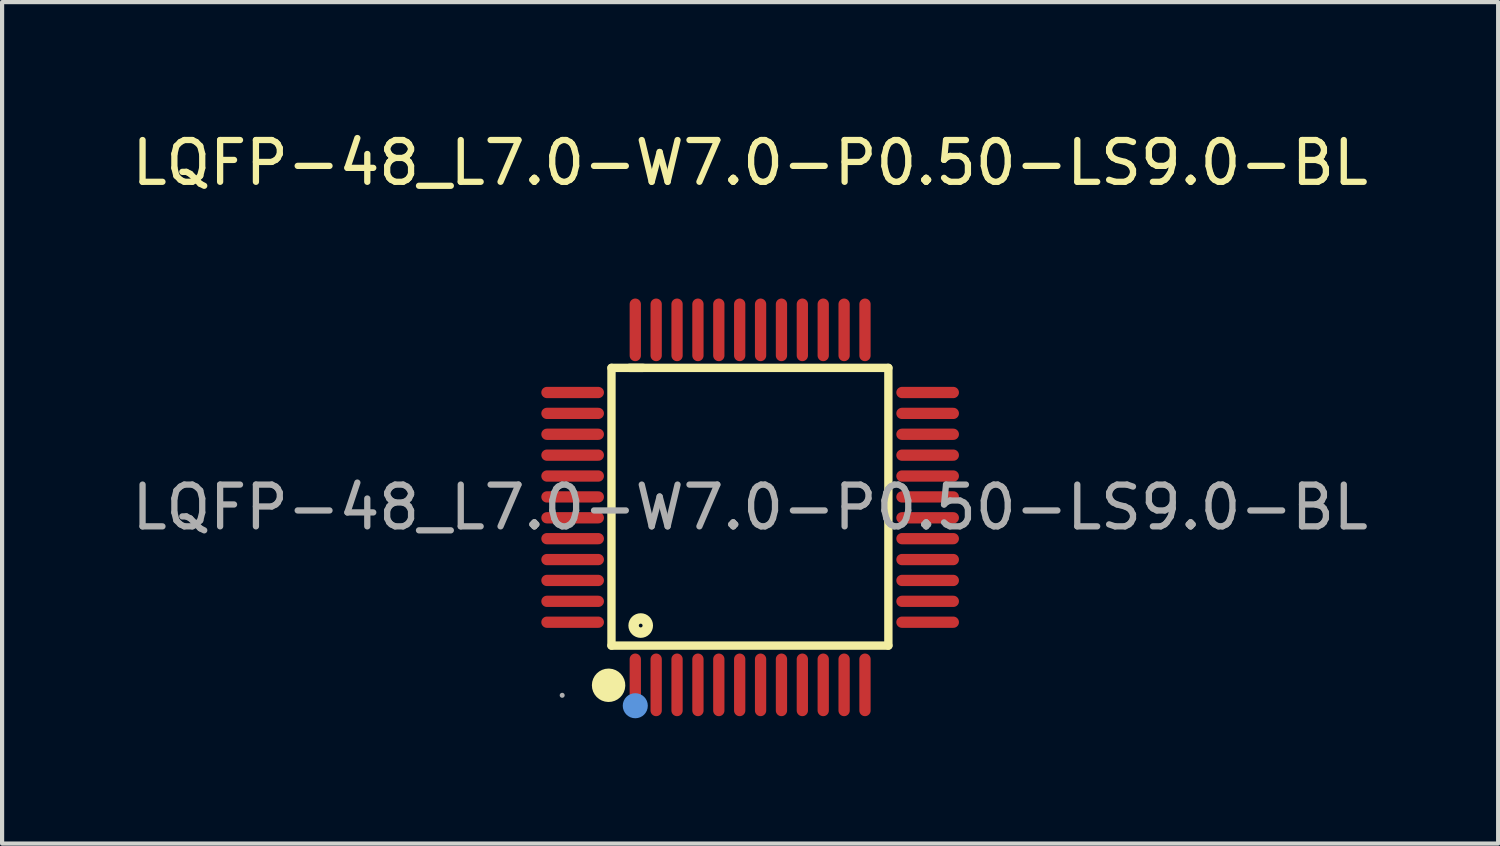
<source format=kicad_pcb>
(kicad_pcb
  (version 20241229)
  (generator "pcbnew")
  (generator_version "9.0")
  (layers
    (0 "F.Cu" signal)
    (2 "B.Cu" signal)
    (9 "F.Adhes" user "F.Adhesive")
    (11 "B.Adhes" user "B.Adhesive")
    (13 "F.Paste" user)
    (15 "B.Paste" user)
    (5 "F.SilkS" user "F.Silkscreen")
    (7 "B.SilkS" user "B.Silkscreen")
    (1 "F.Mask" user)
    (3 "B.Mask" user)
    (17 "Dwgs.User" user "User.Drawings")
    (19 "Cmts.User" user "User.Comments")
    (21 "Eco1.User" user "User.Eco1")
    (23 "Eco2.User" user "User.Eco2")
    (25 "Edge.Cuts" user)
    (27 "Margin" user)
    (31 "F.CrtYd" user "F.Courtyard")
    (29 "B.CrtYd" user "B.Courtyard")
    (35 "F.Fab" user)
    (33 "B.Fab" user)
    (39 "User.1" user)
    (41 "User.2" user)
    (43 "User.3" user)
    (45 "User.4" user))
  (footprint "LQFP-48_L7.0-W7.0-P0.50-LS9.0-BL"
    (layer "F.Cu")
    (at 14.911 9.098)
    (property "Reference" "LQFP-48_L7.0-W7.0-P0.50-LS9.0-BL" (at 0 -8.25 0) (layer "F.SilkS") (effects (font (size 1 1) (thickness 0.15))))
    (attr through_hole)
    (fp_line (start -3.32 -3.34) (end -2.56 -3.34) (stroke (width 0.2) (type solid)) (layer "F.SilkS"))
    (fp_line (start -3.32 3.31) (end -3.32 -3.34) (stroke (width 0.2) (type solid)) (layer "F.SilkS"))
    (fp_line (start -2.89 -3.34) (end 3.31 -3.34) (stroke (width 0.2) (type solid)) (layer "F.SilkS"))
    (fp_line (start 3.31 -3.34) (end 3.31 3.31) (stroke (width 0.2) (type solid)) (layer "F.SilkS"))
    (fp_line (start 3.31 3.31) (end -3.32 3.31) (stroke (width 0.2) (type solid)) (layer "F.SilkS"))
    (fp_arc (start -3.38 4.06) (mid -3.394988 4.460188) (end -3.390027 4.05975) (stroke (width 0.4) (type solid)) (layer "F.SilkS"))
    (fp_circle (center -2.62 2.83) (end -2.45 2.83) (stroke (width 0.25) (type solid)) (fill no) (layer "F.SilkS"))
    (fp_circle (center -2.75 4.75) (end -2.6 4.75) (stroke (width 0.3) (type solid)) (fill no) (layer "Cmts.User"))
    (fp_circle (center -4.5 4.5) (end -4.47 4.5) (stroke (width 0.06) (type solid)) (fill no) (layer "F.Fab"))
    (fp_text user "${REFERENCE}" (at 0 0 0) (layer "F.Fab") (effects (font (size 1 1) (thickness 0.15))))
    (pad "1" smd oval (at -2.75 4.25) (size 0.27 1.5) (layers "F.Cu" "F.Mask" "F.Paste"))
    (pad "2" smd oval (at -2.25 4.25) (size 0.27 1.5) (layers "F.Cu" "F.Mask" "F.Paste"))
    (pad "3" smd oval (at -1.75 4.25) (size 0.27 1.5) (layers "F.Cu" "F.Mask" "F.Paste"))
    (pad "4" smd oval (at -1.25 4.25) (size 0.27 1.5) (layers "F.Cu" "F.Mask" "F.Paste"))
    (pad "5" smd oval (at -0.75 4.25) (size 0.27 1.5) (layers "F.Cu" "F.Mask" "F.Paste"))
    (pad "6" smd oval (at -0.25 4.25) (size 0.27 1.5) (layers "F.Cu" "F.Mask" "F.Paste"))
    (pad "7" smd oval (at 0.25 4.25) (size 0.27 1.5) (layers "F.Cu" "F.Mask" "F.Paste"))
    (pad "8" smd oval (at 0.75 4.25) (size 0.27 1.5) (layers "F.Cu" "F.Mask" "F.Paste"))
    (pad "9" smd oval (at 1.25 4.25) (size 0.27 1.5) (layers "F.Cu" "F.Mask" "F.Paste"))
    (pad "10" smd oval (at 1.75 4.25) (size 0.27 1.5) (layers "F.Cu" "F.Mask" "F.Paste"))
    (pad "11" smd oval (at 2.25 4.25) (size 0.27 1.5) (layers "F.Cu" "F.Mask" "F.Paste"))
    (pad "12" smd oval (at 2.75 4.25) (size 0.27 1.5) (layers "F.Cu" "F.Mask" "F.Paste"))
    (pad "13" smd oval (at 4.25 2.75) (size 1.5 0.27) (layers "F.Cu" "F.Mask" "F.Paste"))
    (pad "14" smd oval (at 4.25 2.25) (size 1.5 0.27) (layers "F.Cu" "F.Mask" "F.Paste"))
    (pad "15" smd oval (at 4.25 1.75) (size 1.5 0.27) (layers "F.Cu" "F.Mask" "F.Paste"))
    (pad "16" smd oval (at 4.25 1.25) (size 1.5 0.27) (layers "F.Cu" "F.Mask" "F.Paste"))
    (pad "17" smd oval (at 4.25 0.75) (size 1.5 0.27) (layers "F.Cu" "F.Mask" "F.Paste"))
    (pad "18" smd oval (at 4.25 0.25) (size 1.5 0.27) (layers "F.Cu" "F.Mask" "F.Paste"))
    (pad "19" smd oval (at 4.25 -0.25) (size 1.5 0.27) (layers "F.Cu" "F.Mask" "F.Paste"))
    (pad "20" smd oval (at 4.25 -0.75) (size 1.5 0.27) (layers "F.Cu" "F.Mask" "F.Paste"))
    (pad "21" smd oval (at 4.25 -1.25) (size 1.5 0.27) (layers "F.Cu" "F.Mask" "F.Paste"))
    (pad "22" smd oval (at 4.25 -1.75) (size 1.5 0.27) (layers "F.Cu" "F.Mask" "F.Paste"))
    (pad "23" smd oval (at 4.25 -2.25) (size 1.5 0.27) (layers "F.Cu" "F.Mask" "F.Paste"))
    (pad "24" smd oval (at 4.25 -2.75) (size 1.5 0.27) (layers "F.Cu" "F.Mask" "F.Paste"))
    (pad "25" smd oval (at 2.75 -4.25) (size 0.27 1.5) (layers "F.Cu" "F.Mask" "F.Paste"))
    (pad "26" smd oval (at 2.25 -4.25) (size 0.27 1.5) (layers "F.Cu" "F.Mask" "F.Paste"))
    (pad "27" smd oval (at 1.75 -4.25) (size 0.27 1.5) (layers "F.Cu" "F.Mask" "F.Paste"))
    (pad "28" smd oval (at 1.25 -4.25) (size 0.27 1.5) (layers "F.Cu" "F.Mask" "F.Paste"))
    (pad "29" smd oval (at 0.75 -4.25) (size 0.27 1.5) (layers "F.Cu" "F.Mask" "F.Paste"))
    (pad "30" smd oval (at 0.25 -4.25) (size 0.27 1.5) (layers "F.Cu" "F.Mask" "F.Paste"))
    (pad "31" smd oval (at -0.25 -4.25) (size 0.27 1.5) (layers "F.Cu" "F.Mask" "F.Paste"))
    (pad "32" smd oval (at -0.75 -4.25) (size 0.27 1.5) (layers "F.Cu" "F.Mask" "F.Paste"))
    (pad "33" smd oval (at -1.25 -4.25) (size 0.27 1.5) (layers "F.Cu" "F.Mask" "F.Paste"))
    (pad "34" smd oval (at -1.75 -4.25) (size 0.27 1.5) (layers "F.Cu" "F.Mask" "F.Paste"))
    (pad "35" smd oval (at -2.25 -4.25) (size 0.27 1.5) (layers "F.Cu" "F.Mask" "F.Paste"))
    (pad "36" smd oval (at -2.75 -4.25) (size 0.27 1.5) (layers "F.Cu" "F.Mask" "F.Paste"))
    (pad "37" smd oval (at -4.25 -2.75) (size 1.5 0.27) (layers "F.Cu" "F.Mask" "F.Paste"))
    (pad "38" smd oval (at -4.25 -2.25) (size 1.5 0.27) (layers "F.Cu" "F.Mask" "F.Paste"))
    (pad "39" smd oval (at -4.25 -1.75) (size 1.5 0.27) (layers "F.Cu" "F.Mask" "F.Paste"))
    (pad "40" smd oval (at -4.25 -1.25) (size 1.5 0.27) (layers "F.Cu" "F.Mask" "F.Paste"))
    (pad "41" smd oval (at -4.25 -0.75) (size 1.5 0.27) (layers "F.Cu" "F.Mask" "F.Paste"))
    (pad "42" smd oval (at -4.25 -0.25) (size 1.5 0.27) (layers "F.Cu" "F.Mask" "F.Paste"))
    (pad "43" smd oval (at -4.25 0.25) (size 1.5 0.27) (layers "F.Cu" "F.Mask" "F.Paste"))
    (pad "44" smd oval (at -4.25 0.75) (size 1.5 0.27) (layers "F.Cu" "F.Mask" "F.Paste"))
    (pad "45" smd oval (at -4.25 1.25) (size 1.5 0.27) (layers "F.Cu" "F.Mask" "F.Paste"))
    (pad "46" smd oval (at -4.25 1.75) (size 1.5 0.27) (layers "F.Cu" "F.Mask" "F.Paste"))
    (pad "47" smd oval (at -4.25 2.25) (size 1.5 0.27) (layers "F.Cu" "F.Mask" "F.Paste"))
    (pad "48" smd oval (at -4.25 2.75) (size 1.5 0.27) (layers "F.Cu" "F.Mask" "F.Paste")))
  (gr_rect
    (start -3 -3)
    (end 32.821 17.148)
    (stroke (width 0.1) (type default))
    (fill no)
    (layer "Edge.Cuts")))
</source>
